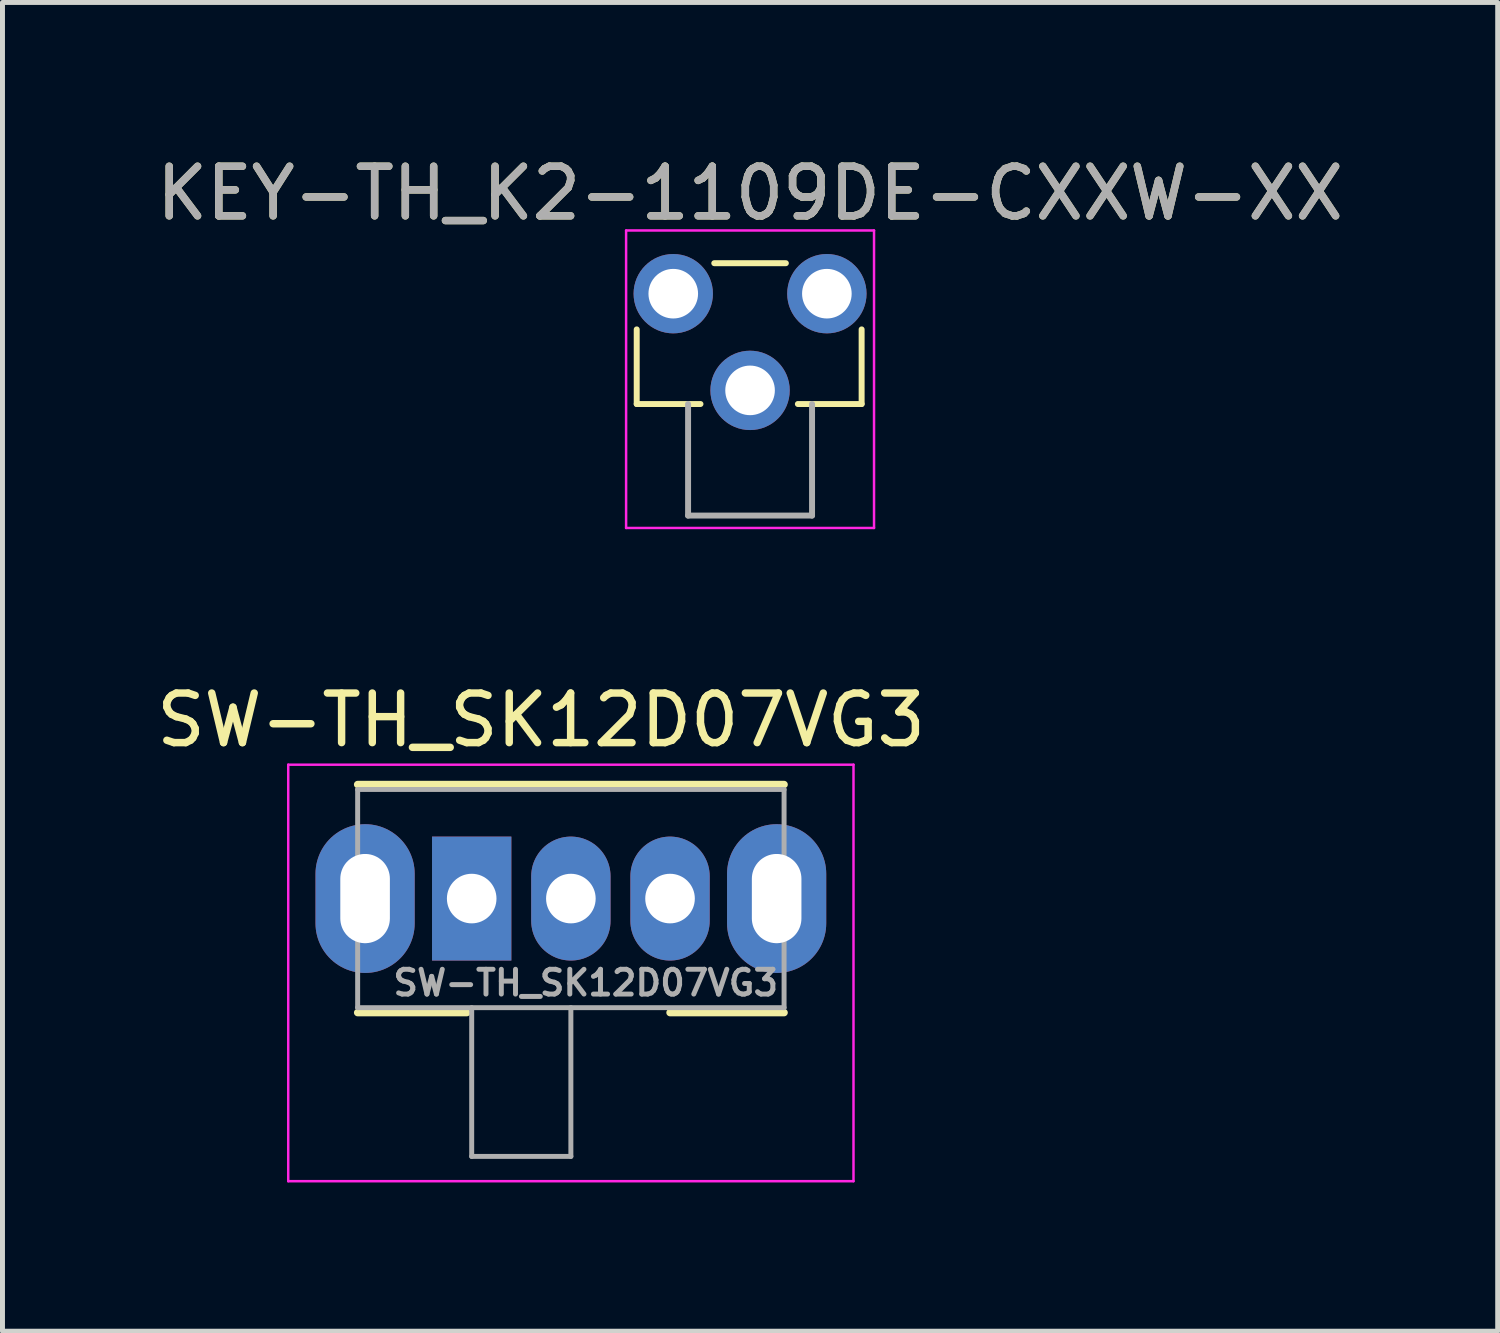
<source format=kicad_pcb>
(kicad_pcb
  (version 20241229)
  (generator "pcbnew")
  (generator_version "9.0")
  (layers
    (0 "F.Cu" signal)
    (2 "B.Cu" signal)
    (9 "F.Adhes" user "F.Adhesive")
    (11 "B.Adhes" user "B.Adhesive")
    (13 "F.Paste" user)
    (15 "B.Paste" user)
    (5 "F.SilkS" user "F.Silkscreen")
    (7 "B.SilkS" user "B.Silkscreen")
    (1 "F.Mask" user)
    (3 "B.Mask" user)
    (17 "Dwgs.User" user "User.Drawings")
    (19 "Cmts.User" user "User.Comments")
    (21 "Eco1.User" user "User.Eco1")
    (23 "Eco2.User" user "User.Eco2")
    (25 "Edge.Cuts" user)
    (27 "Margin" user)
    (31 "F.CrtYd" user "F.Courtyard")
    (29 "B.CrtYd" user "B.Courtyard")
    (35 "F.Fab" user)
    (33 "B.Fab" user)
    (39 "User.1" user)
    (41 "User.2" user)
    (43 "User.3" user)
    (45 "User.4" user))
  (footprint "KEY-TH_K2-1109DE-CXXW-XX"
    (layer "F.Cu")
    (at 12.077 3.848)
    (property "Reference" "KEY-TH_K2-1109DE-CXXW-XX" (at 0 -3 180) (layer "F.SilkS") (effects (font (size 1 1) (thickness 0.15))))
    (attr through_hole)
    (fp_line (start -2.286 1.25) (end -2.286 -0.255) (stroke (width 0.12) (type solid)) (layer "F.SilkS"))
    (fp_line (start -2.286 1.25) (end -1 1.25) (stroke (width 0.12) (type solid)) (layer "F.SilkS"))
    (fp_line (start 0.722 -1.59) (end -0.722 -1.59) (stroke (width 0.12) (type solid)) (layer "F.SilkS"))
    (fp_line (start 0.964 1.25) (end 2.25 1.25) (stroke (width 0.12) (type solid)) (layer "F.SilkS"))
    (fp_line (start 2.25 1.25) (end 2.25 -0.255) (stroke (width 0.12) (type solid)) (layer "F.SilkS"))
    (fp_line (start -2.5 -2.25) (end 2.5 -2.25) (stroke (width 0.05) (type solid)) (layer "F.CrtYd"))
    (fp_line (start -2.5 3.75) (end -2.5 -2.25) (stroke (width 0.05) (type solid)) (layer "F.CrtYd"))
    (fp_line (start 2.5 -2.25) (end 2.5 3.75) (stroke (width 0.05) (type solid)) (layer "F.CrtYd"))
    (fp_line (start 2.5 3.75) (end -2.5 3.75) (stroke (width 0.05) (type solid)) (layer "F.CrtYd"))
    (fp_line (start -1.25 1.25) (end -1.25 3.5) (stroke (width 0.12) (type solid)) (layer "F.Fab"))
    (fp_line (start -1.25 3.5) (end 1.25 3.5) (stroke (width 0.12) (type solid)) (layer "F.Fab"))
    (fp_line (start 1.25 3.5) (end 1.25 1.25) (stroke (width 0.12) (type solid)) (layer "F.Fab"))
    (fp_text user "${REFERENCE}" (at 0 -3 180) (layer "F.Fab") (effects (font (size 1 1) (thickness 0.15))))
    (pad "1" thru_hole circle (at 1.549 -0.975 180) (size 1.6 1.6) (drill 1) (layers "*.Cu" "*.Mask"))
    (pad "2" thru_hole circle (at -1.549 -0.975 180) (size 1.6 1.6) (drill 1) (layers "*.Cu" "*.Mask"))
    (pad "3" thru_hole circle (at 0 0.975 180) (size 1.6 1.6) (drill 1) (layers "*.Cu" "*.Mask")))
  (footprint "SW-TH_SK12D07VG3"
    (layer "F.Cu")
    (at 8.463 15.072)
    (property "Reference" "SW-TH_SK12D07VG3" (at -0.6 -3.6 0) (layer "F.SilkS") (effects (font (size 1 1) (thickness 0.15))))
    (attr through_hole)
    (fp_line (start -4.3 -2.3) (end 4.3 -2.3) (stroke (width 0.15) (type solid)) (layer "F.SilkS"))
    (fp_line (start -4.3 2.3) (end -2.1 2.3) (stroke (width 0.15) (type solid)) (layer "F.SilkS"))
    (fp_line (start 2 2.3) (end 4.3 2.3) (stroke (width 0.15) (type solid)) (layer "F.SilkS"))
    (fp_line (start -5.7 -2.7) (end 5.7 -2.7) (stroke (width 0.05) (type solid)) (layer "F.CrtYd"))
    (fp_line (start -5.7 5.7) (end -5.7 -2.7) (stroke (width 0.05) (type solid)) (layer "F.CrtYd"))
    (fp_line (start 5.7 -2.7) (end 5.7 5.7) (stroke (width 0.05) (type solid)) (layer "F.CrtYd"))
    (fp_line (start 5.7 5.7) (end -5.7 5.7) (stroke (width 0.05) (type solid)) (layer "F.CrtYd"))
    (fp_line (start -4.3 -2.2) (end -4.3 2.2) (stroke (width 0.1) (type solid)) (layer "F.Fab"))
    (fp_line (start -4.3 -2.2) (end 4.3 -2.2) (stroke (width 0.1) (type solid)) (layer "F.Fab"))
    (fp_line (start -4.3 2.2) (end 4.3 2.2) (stroke (width 0.1) (type solid)) (layer "F.Fab"))
    (fp_line (start -2 5.2) (end -2 2.2) (stroke (width 0.1) (type solid)) (layer "F.Fab"))
    (fp_line (start 0 2.2) (end 0 5.2) (stroke (width 0.1) (type solid)) (layer "F.Fab"))
    (fp_line (start 0 5.2) (end -2 5.2) (stroke (width 0.1) (type solid)) (layer "F.Fab"))
    (fp_line (start 4.3 2.2) (end 4.3 -2.2) (stroke (width 0.1) (type solid)) (layer "F.Fab"))
    (fp_text user "${REFERENCE}" (at 0.3 1.7 0) (layer "F.Fab") (effects (font (size 0.5 0.5) (thickness 0.1))))
    (pad "1" thru_hole rect (at -2 0) (size 1.6 2.5) (drill 1) (layers "*.Cu" "*.Mask"))
    (pad "2" thru_hole oval (at 0 0) (size 1.6 2.5) (drill 1) (layers "*.Cu" "*.Mask"))
    (pad "3" thru_hole oval (at 2 0) (size 1.6 2.5) (drill 1) (layers "*.Cu" "*.Mask"))
    (pad "4" thru_hole oval (at 4.15 0) (size 2 3) (drill oval 1 1.8) (layers "*.Cu" "*.Mask"))
    (pad "5" thru_hole oval (at -4.15 0) (size 2 3) (drill oval 1 1.8) (layers "*.Cu" "*.Mask")))
  (gr_rect
    (start -3 -3)
    (end 27.155 23.797)
    (stroke (width 0.1) (type default))
    (fill no)
    (layer "Edge.Cuts")))
</source>
